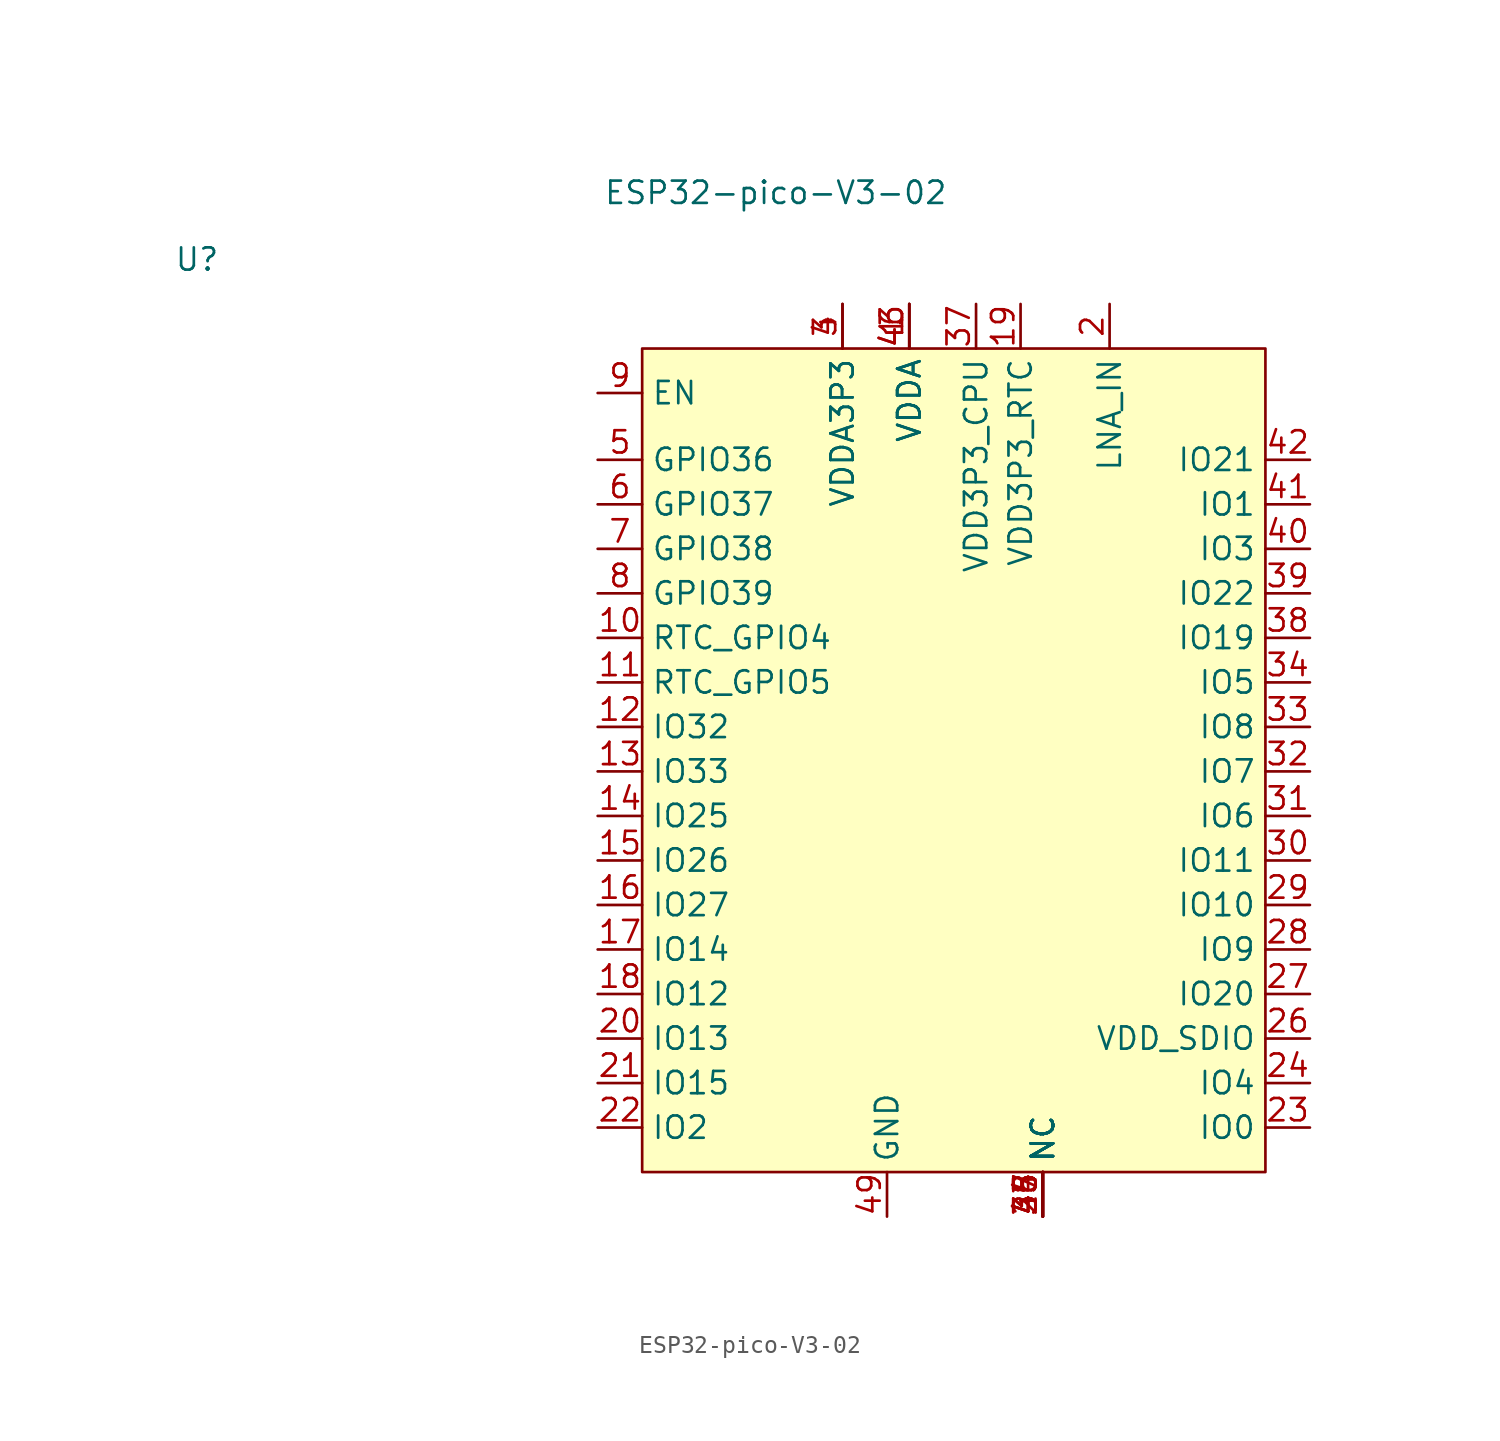
<source format=kicad_sym>
(kicad_symbol_lib
  (version 20220101)
  (generator kicad_symbol_editor)
  (symbol "ESP32-pico-V3-02"
    (property "Reference" "U"
      (at -33.02 19.05 0)
      (effects (font (size 1.27 1.27))))
    (property "Value" "ESP32-pico-V3-02"
      (at 0 22.86 0)
      (effects (font (size 1.27 1.27))))
    (symbol "ESP32-pico-V3-02_0_1"
      (rectangle (start -7.62 13.97) (end 27.94 -33.02) (stroke (width 0.152) (type default)) (fill (type background))))
    (symbol "ESP32-pico-V3-02_1_1"
      (pin input line (at 7.62 16.51 270) (length 2.54) (name "VDDA" (effects (font (size 1.27 1.27)))) (number "1" (effects (font (size 1.27 1.27)))))
      (pin input line (at -10.16 -2.54 0) (length 2.54) (name "RTC_GPIO4" (effects (font (size 1.27 1.27)))) (number "10" (effects (font (size 1.27 1.27)))))
      (pin input line (at -10.16 -5.08 0) (length 2.54) (name "RTC_GPIO5" (effects (font (size 1.27 1.27)))) (number "11" (effects (font (size 1.27 1.27)))))
      (pin input line (at -10.16 -7.62 0) (length 2.54) (name "IO32" (effects (font (size 1.27 1.27)))) (number "12" (effects (font (size 1.27 1.27)))))
      (pin input line (at -10.16 -10.16 0) (length 2.54) (name "IO33" (effects (font (size 1.27 1.27)))) (number "13" (effects (font (size 1.27 1.27)))))
      (pin input line (at -10.16 -12.7 0) (length 2.54) (name "IO25" (effects (font (size 1.27 1.27)))) (number "14" (effects (font (size 1.27 1.27)))))
      (pin input line (at -10.16 -15.24 0) (length 2.54) (name "IO26" (effects (font (size 1.27 1.27)))) (number "15" (effects (font (size 1.27 1.27)))))
      (pin input line (at -10.16 -17.78 0) (length 2.54) (name "IO27" (effects (font (size 1.27 1.27)))) (number "16" (effects (font (size 1.27 1.27)))))
      (pin input line (at -10.16 -20.32 0) (length 2.54) (name "IO14" (effects (font (size 1.27 1.27)))) (number "17" (effects (font (size 1.27 1.27)))))
      (pin input line (at -10.16 -22.86 0) (length 2.54) (name "IO12" (effects (font (size 1.27 1.27)))) (number "18" (effects (font (size 1.27 1.27)))))
      (pin input line (at 13.97 16.51 270) (length 2.54) (name "VDD3P3_RTC" (effects (font (size 1.27 1.27)))) (number "19" (effects (font (size 1.27 1.27)))))
      (pin input line (at 19.05 16.51 270) (length 2.54) (name "LNA_IN" (effects (font (size 1.27 1.27)))) (number "2" (effects (font (size 1.27 1.27)))))
      (pin input line (at -10.16 -25.4 0) (length 2.54) (name "IO13" (effects (font (size 1.27 1.27)))) (number "20" (effects (font (size 1.27 1.27)))))
      (pin input line (at -10.16 -27.94 0) (length 2.54) (name "IO15" (effects (font (size 1.27 1.27)))) (number "21" (effects (font (size 1.27 1.27)))))
      (pin input line (at -10.16 -30.48 0) (length 2.54) (name "IO2" (effects (font (size 1.27 1.27)))) (number "22" (effects (font (size 1.27 1.27)))))
      (pin input line (at 30.48 -30.48 180) (length 2.54) (name "IO0" (effects (font (size 1.27 1.27)))) (number "23" (effects (font (size 1.27 1.27)))))
      (pin input line (at 30.48 -27.94 180) (length 2.54) (name "IO4" (effects (font (size 1.27 1.27)))) (number "24" (effects (font (size 1.27 1.27)))))
      (pin input line (at 15.24 -35.56 90) (length 2.54) (name "NC" (effects (font (size 1.27 1.27)))) (number "25" (effects (font (size 1.27 1.27)))))
      (pin input line (at 30.48 -25.4 180) (length 2.54) (name "VDD_SDIO" (effects (font (size 1.27 1.27)))) (number "26" (effects (font (size 1.27 1.27)))))
      (pin input line (at 30.48 -22.86 180) (length 2.54) (name "IO20" (effects (font (size 1.27 1.27)))) (number "27" (effects (font (size 1.27 1.27)))))
      (pin input line (at 30.48 -20.32 180) (length 2.54) (name "IO9" (effects (font (size 1.27 1.27)))) (number "28" (effects (font (size 1.27 1.27)))))
      (pin input line (at 30.48 -17.78 180) (length 2.54) (name "IO10" (effects (font (size 1.27 1.27)))) (number "29" (effects (font (size 1.27 1.27)))))
      (pin input line (at 3.81 16.51 270) (length 2.54) (name "VDDA3P3" (effects (font (size 1.27 1.27)))) (number "3" (effects (font (size 1.27 1.27)))))
      (pin input line (at 30.48 -15.24 180) (length 2.54) (name "IO11" (effects (font (size 1.27 1.27)))) (number "30" (effects (font (size 1.27 1.27)))))
      (pin input line (at 30.48 -12.7 180) (length 2.54) (name "IO6" (effects (font (size 1.27 1.27)))) (number "31" (effects (font (size 1.27 1.27)))))
      (pin input line (at 30.48 -10.16 180) (length 2.54) (name "IO7" (effects (font (size 1.27 1.27)))) (number "32" (effects (font (size 1.27 1.27)))))
      (pin input line (at 30.48 -7.62 180) (length 2.54) (name "IO8" (effects (font (size 1.27 1.27)))) (number "33" (effects (font (size 1.27 1.27)))))
      (pin input line (at 30.48 -5.08 180) (length 2.54) (name "IO5" (effects (font (size 1.27 1.27)))) (number "34" (effects (font (size 1.27 1.27)))))
      (pin input line (at 15.24 -35.56 90) (length 2.54) (name "NC" (effects (font (size 1.27 1.27)))) (number "35" (effects (font (size 1.27 1.27)))))
      (pin input line (at 15.24 -35.56 90) (length 2.54) (name "NC" (effects (font (size 1.27 1.27)))) (number "36" (effects (font (size 1.27 1.27)))))
      (pin input line (at 11.43 16.51 270) (length 2.54) (name "VDD3P3_CPU" (effects (font (size 1.27 1.27)))) (number "37" (effects (font (size 1.27 1.27)))))
      (pin input line (at 30.48 -2.54 180) (length 2.54) (name "IO19" (effects (font (size 1.27 1.27)))) (number "38" (effects (font (size 1.27 1.27)))))
      (pin input line (at 30.48 0 180) (length 2.54) (name "IO22" (effects (font (size 1.27 1.27)))) (number "39" (effects (font (size 1.27 1.27)))))
      (pin input line (at 3.81 16.51 270) (length 2.54) (name "VDDA3P3" (effects (font (size 1.27 1.27)))) (number "4" (effects (font (size 1.27 1.27)))))
      (pin input line (at 30.48 2.54 180) (length 2.54) (name "IO3" (effects (font (size 1.27 1.27)))) (number "40" (effects (font (size 1.27 1.27)))))
      (pin input line (at 30.48 5.08 180) (length 2.54) (name "IO1" (effects (font (size 1.27 1.27)))) (number "41" (effects (font (size 1.27 1.27)))))
      (pin input line (at 30.48 7.62 180) (length 2.54) (name "IO21" (effects (font (size 1.27 1.27)))) (number "42" (effects (font (size 1.27 1.27)))))
      (pin input line (at 7.62 16.51 270) (length 2.54) (name "VDDA" (effects (font (size 1.27 1.27)))) (number "43" (effects (font (size 1.27 1.27)))))
      (pin input line (at 15.24 -35.56 90) (length 2.54) (name "NC" (effects (font (size 1.27 1.27)))) (number "44" (effects (font (size 1.27 1.27)))))
      (pin input line (at 15.24 -35.56 90) (length 2.54) (name "NC" (effects (font (size 1.27 1.27)))) (number "45" (effects (font (size 1.27 1.27)))))
      (pin input line (at 7.62 16.51 270) (length 2.54) (name "VDDA" (effects (font (size 1.27 1.27)))) (number "46" (effects (font (size 1.27 1.27)))))
      (pin input line (at 15.24 -35.56 90) (length 2.54) (name "NC" (effects (font (size 1.27 1.27)))) (number "47" (effects (font (size 1.27 1.27)))))
      (pin input line (at 15.24 -35.56 90) (length 2.54) (name "NC" (effects (font (size 1.27 1.27)))) (number "48" (effects (font (size 1.27 1.27)))))
      (pin input line (at 6.35 -35.56 90) (length 2.54) (name "GND" (effects (font (size 1.27 1.27)))) (number "49" (effects (font (size 1.27 1.27)))))
      (pin input line (at -10.16 7.62 0) (length 2.54) (name "GPIO36" (effects (font (size 1.27 1.27)))) (number "5" (effects (font (size 1.27 1.27)))))
      (pin input line (at -10.16 5.08 0) (length 2.54) (name "GPIO37" (effects (font (size 1.27 1.27)))) (number "6" (effects (font (size 1.27 1.27)))))
      (pin input line (at -10.16 2.54 0) (length 2.54) (name "GPIO38" (effects (font (size 1.27 1.27)))) (number "7" (effects (font (size 1.27 1.27)))))
      (pin input line (at -10.16 0 0) (length 2.54) (name "GPIO39" (effects (font (size 1.27 1.27)))) (number "8" (effects (font (size 1.27 1.27)))))
      (pin input line (at -10.16 11.43 0) (length 2.54) (name "EN" (effects (font (size 1.27 1.27)))) (number "9" (effects (font (size 1.27 1.27))))))))
</source>
